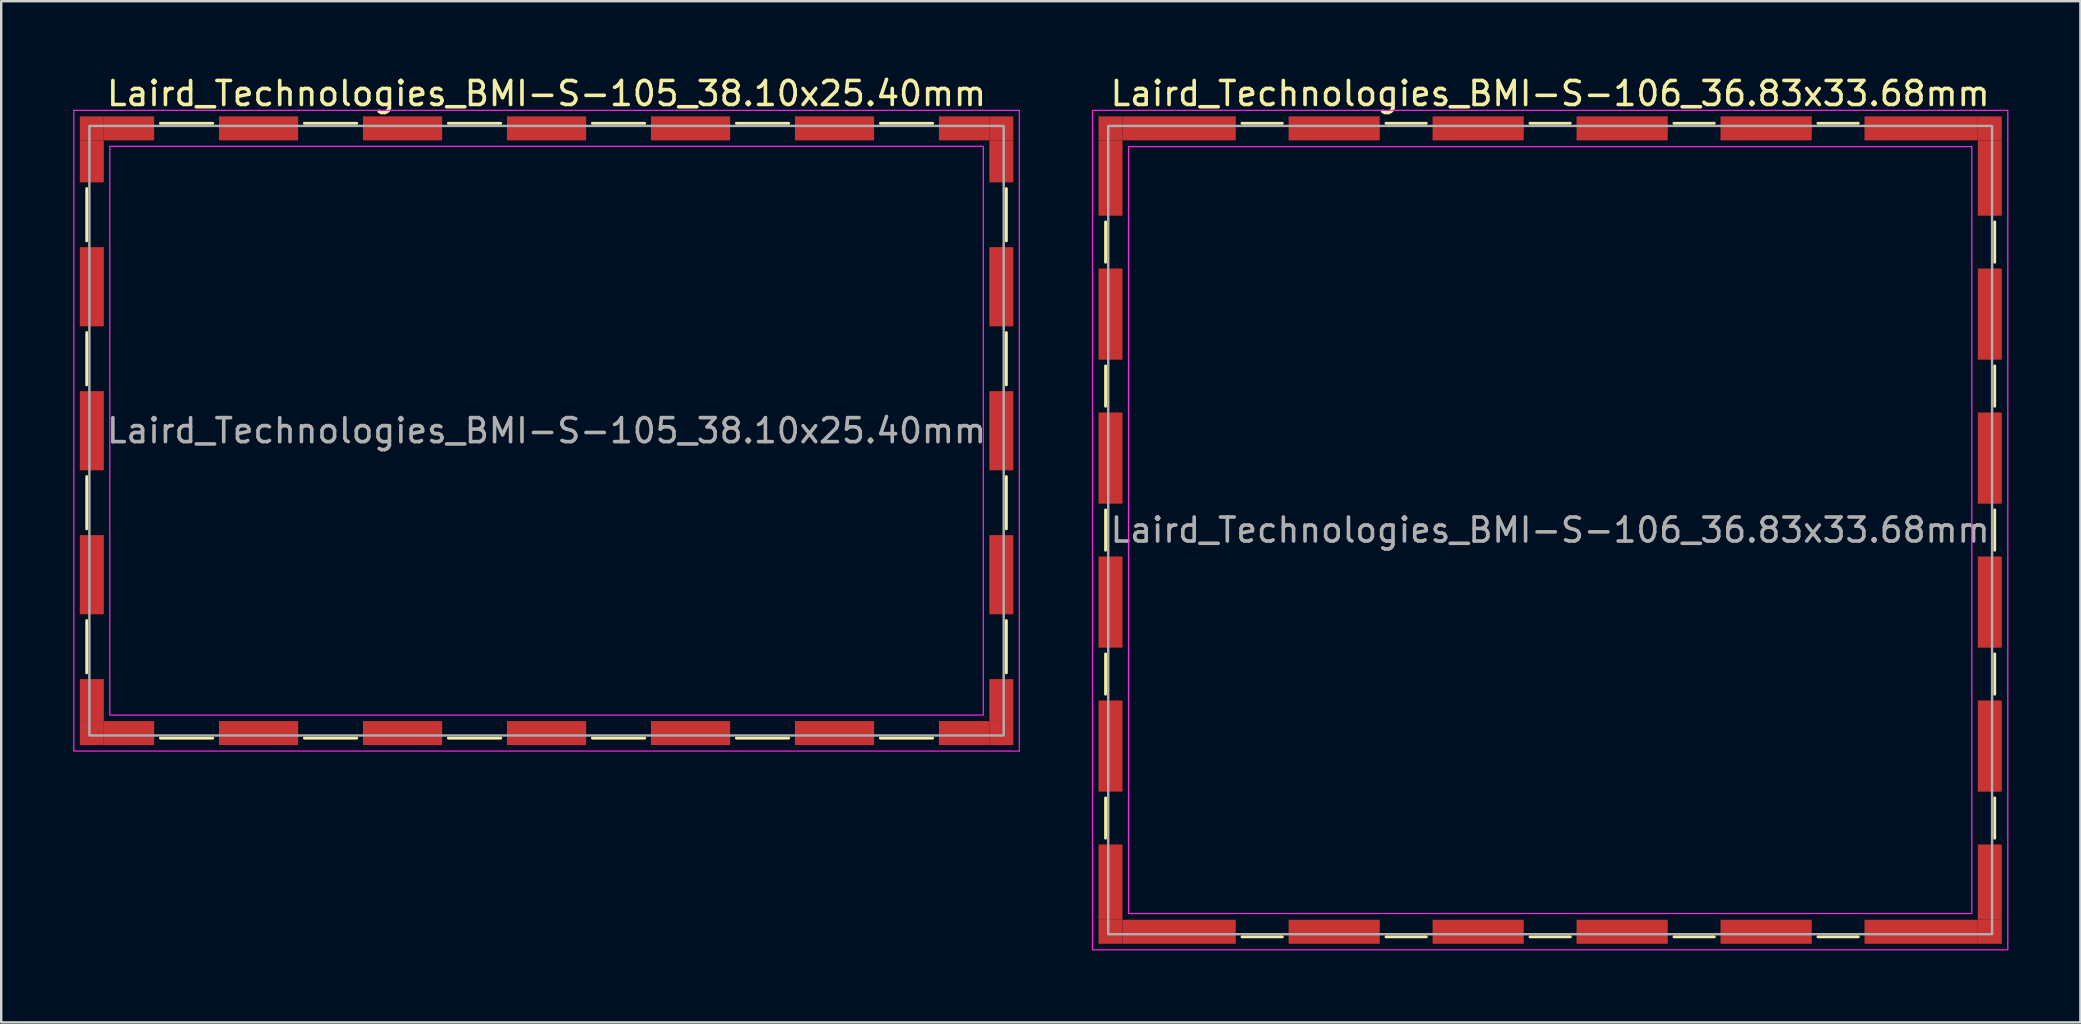
<source format=kicad_pcb>
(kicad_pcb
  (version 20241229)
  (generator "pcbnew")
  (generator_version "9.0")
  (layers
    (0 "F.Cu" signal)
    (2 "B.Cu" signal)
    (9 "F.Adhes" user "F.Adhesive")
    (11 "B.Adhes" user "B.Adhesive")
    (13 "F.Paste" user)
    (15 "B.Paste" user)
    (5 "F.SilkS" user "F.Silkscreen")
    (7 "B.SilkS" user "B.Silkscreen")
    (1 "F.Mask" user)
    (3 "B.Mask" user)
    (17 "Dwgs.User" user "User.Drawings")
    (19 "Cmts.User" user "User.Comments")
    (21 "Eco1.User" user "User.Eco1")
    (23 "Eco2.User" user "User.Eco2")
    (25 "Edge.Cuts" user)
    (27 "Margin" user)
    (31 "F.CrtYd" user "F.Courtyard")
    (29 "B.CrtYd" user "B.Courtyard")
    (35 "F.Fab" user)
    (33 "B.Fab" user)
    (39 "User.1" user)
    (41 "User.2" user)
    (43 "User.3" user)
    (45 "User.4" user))
  (footprint "Laird_Technologies_BMI-S-106_36.83x33.68mm"
    (layer "F.Cu")
    (at 61.545 19.038)
    (property "Reference" "Laird_Technologies_BMI-S-106_36.83x33.68mm" (at 0 -18.19 0) (layer "F.SilkS") (effects (font (size 1 1) (thickness 0.15))))
    (attr smd)
    (fp_line (start -18.525 -12.84) (end -18.525 -11.16) (stroke (width 0.12) (type solid)) (layer "F.SilkS"))
    (fp_line (start -18.525 -6.84) (end -18.525 -5.16) (stroke (width 0.12) (type solid)) (layer "F.SilkS"))
    (fp_line (start -18.525 -0.84) (end -18.525 0.84) (stroke (width 0.12) (type solid)) (layer "F.SilkS"))
    (fp_line (start -18.525 5.16) (end -18.525 6.84) (stroke (width 0.12) (type solid)) (layer "F.SilkS"))
    (fp_line (start -18.525 11.16) (end -18.525 12.84) (stroke (width 0.12) (type solid)) (layer "F.SilkS"))
    (fp_line (start -12.84 -16.95) (end -11.16 -16.95) (stroke (width 0.12) (type solid)) (layer "F.SilkS"))
    (fp_line (start -12.84 16.95) (end -11.16 16.95) (stroke (width 0.12) (type solid)) (layer "F.SilkS"))
    (fp_line (start -6.84 -16.95) (end -5.16 -16.95) (stroke (width 0.12) (type solid)) (layer "F.SilkS"))
    (fp_line (start -6.84 16.95) (end -5.16 16.95) (stroke (width 0.12) (type solid)) (layer "F.SilkS"))
    (fp_line (start -0.84 -16.95) (end 0.84 -16.95) (stroke (width 0.12) (type solid)) (layer "F.SilkS"))
    (fp_line (start -0.84 16.95) (end 0.84 16.95) (stroke (width 0.12) (type solid)) (layer "F.SilkS"))
    (fp_line (start 5.16 -16.95) (end 6.84 -16.95) (stroke (width 0.12) (type solid)) (layer "F.SilkS"))
    (fp_line (start 5.16 16.95) (end 6.84 16.95) (stroke (width 0.12) (type solid)) (layer "F.SilkS"))
    (fp_line (start 11.16 -16.95) (end 12.84 -16.95) (stroke (width 0.12) (type solid)) (layer "F.SilkS"))
    (fp_line (start 11.16 16.95) (end 12.84 16.95) (stroke (width 0.12) (type solid)) (layer "F.SilkS"))
    (fp_line (start 18.525 -12.84) (end 18.525 -11.16) (stroke (width 0.12) (type solid)) (layer "F.SilkS"))
    (fp_line (start 18.525 -6.84) (end 18.525 -5.16) (stroke (width 0.12) (type solid)) (layer "F.SilkS"))
    (fp_line (start 18.525 -0.84) (end 18.525 0.84) (stroke (width 0.12) (type solid)) (layer "F.SilkS"))
    (fp_line (start 18.525 5.16) (end 18.525 6.84) (stroke (width 0.12) (type solid)) (layer "F.SilkS"))
    (fp_line (start 18.525 11.16) (end 18.525 12.84) (stroke (width 0.12) (type solid)) (layer "F.SilkS"))
    (fp_rect (start -19.07 -17.49) (end 19.07 17.49) (stroke (width 0.05) (type solid)) (fill no) (layer "F.CrtYd"))
    (fp_rect (start -17.57 -15.98) (end 17.57 15.98) (stroke (width 0.05) (type solid)) (fill no) (layer "F.CrtYd"))
    (fp_rect (start -18.415 -16.84) (end 18.415 16.84) (stroke (width 0.1) (type solid)) (fill no) (layer "F.Fab"))
    (fp_text user "${REFERENCE}" (at 0 0 0) (layer "F.Fab") (effects (font (size 1 1) (thickness 0.15))))
    (pad "1" smd rect (at -18.32 -16.74) (size 1 1) (layers "F.Cu" "F.Mask" "F.Paste"))
    (pad "1" smd rect (at -18.32 -14.67) (size 1 3.14) (layers "F.Cu" "F.Mask" "F.Paste"))
    (pad "1" smd rect (at -18.32 -9) (size 1 3.8) (layers "F.Cu" "F.Mask" "F.Paste"))
    (pad "1" smd rect (at -18.32 -3) (size 1 3.8) (layers "F.Cu" "F.Mask" "F.Paste"))
    (pad "1" smd rect (at -18.32 3) (size 1 3.8) (layers "F.Cu" "F.Mask" "F.Paste"))
    (pad "1" smd rect (at -18.32 9) (size 1 3.8) (layers "F.Cu" "F.Mask" "F.Paste"))
    (pad "1" smd rect (at -18.32 14.67) (size 1 3.14) (layers "F.Cu" "F.Mask" "F.Paste"))
    (pad "1" smd rect (at -18.32 16.74) (size 1 1) (layers "F.Cu" "F.Mask" "F.Paste"))
    (pad "1" smd rect (at -15.46 -16.74) (size 4.72 1) (layers "F.Cu" "F.Mask" "F.Paste"))
    (pad "1" smd rect (at -15.46 16.74) (size 4.72 1) (layers "F.Cu" "F.Mask" "F.Paste"))
    (pad "1" smd rect (at -9 -16.74) (size 3.8 1) (layers "F.Cu" "F.Mask" "F.Paste"))
    (pad "1" smd rect (at -9 16.74) (size 3.8 1) (layers "F.Cu" "F.Mask" "F.Paste"))
    (pad "1" smd rect (at -3 -16.74) (size 3.8 1) (layers "F.Cu" "F.Mask" "F.Paste"))
    (pad "1" smd rect (at -3 16.74) (size 3.8 1) (layers "F.Cu" "F.Mask" "F.Paste"))
    (pad "1" smd rect (at 3 -16.74) (size 3.8 1) (layers "F.Cu" "F.Mask" "F.Paste"))
    (pad "1" smd rect (at 3 16.74) (size 3.8 1) (layers "F.Cu" "F.Mask" "F.Paste"))
    (pad "1" smd rect (at 9 -16.74) (size 3.8 1) (layers "F.Cu" "F.Mask" "F.Paste"))
    (pad "1" smd rect (at 9 16.74) (size 3.8 1) (layers "F.Cu" "F.Mask" "F.Paste"))
    (pad "1" smd rect (at 15.46 -16.74) (size 4.72 1) (layers "F.Cu" "F.Mask" "F.Paste"))
    (pad "1" smd rect (at 15.46 16.74) (size 4.72 1) (layers "F.Cu" "F.Mask" "F.Paste"))
    (pad "1" smd rect (at 18.32 -16.74) (size 1 1) (layers "F.Cu" "F.Mask" "F.Paste"))
    (pad "1" smd rect (at 18.32 -14.67) (size 1 3.14) (layers "F.Cu" "F.Mask" "F.Paste"))
    (pad "1" smd rect (at 18.32 -9) (size 1 3.8) (layers "F.Cu" "F.Mask" "F.Paste"))
    (pad "1" smd rect (at 18.32 -3) (size 1 3.8) (layers "F.Cu" "F.Mask" "F.Paste"))
    (pad "1" smd rect (at 18.32 3) (size 1 3.8) (layers "F.Cu" "F.Mask" "F.Paste"))
    (pad "1" smd rect (at 18.32 9) (size 1 3.8) (layers "F.Cu" "F.Mask" "F.Paste"))
    (pad "1" smd rect (at 18.32 14.67) (size 1 3.14) (layers "F.Cu" "F.Mask" "F.Paste"))
    (pad "1" smd rect (at 18.32 16.74) (size 1 1) (layers "F.Cu" "F.Mask" "F.Paste")))
  (footprint "Laird_Technologies_BMI-S-105_38.10x25.40mm"
    (layer "F.Cu")
    (at 19.725 14.898)
    (property "Reference" "Laird_Technologies_BMI-S-105_38.10x25.40mm" (at 0 -14.05 0) (layer "F.SilkS") (effects (font (size 1 1) (thickness 0.15))))
    (attr smd)
    (fp_line (start -19.16 -10.09) (end -19.16 -7.91) (stroke (width 0.12) (type solid)) (layer "F.SilkS"))
    (fp_line (start -19.16 -4.09) (end -19.16 -1.91) (stroke (width 0.12) (type solid)) (layer "F.SilkS"))
    (fp_line (start -19.16 1.91) (end -19.16 4.09) (stroke (width 0.12) (type solid)) (layer "F.SilkS"))
    (fp_line (start -19.16 7.91) (end -19.16 10.09) (stroke (width 0.12) (type solid)) (layer "F.SilkS"))
    (fp_line (start -16.09 -12.81) (end -13.91 -12.81) (stroke (width 0.12) (type solid)) (layer "F.SilkS"))
    (fp_line (start -16.09 12.81) (end -13.91 12.81) (stroke (width 0.12) (type solid)) (layer "F.SilkS"))
    (fp_line (start -10.09 -12.81) (end -7.91 -12.81) (stroke (width 0.12) (type solid)) (layer "F.SilkS"))
    (fp_line (start -10.09 12.81) (end -7.91 12.81) (stroke (width 0.12) (type solid)) (layer "F.SilkS"))
    (fp_line (start -4.09 -12.81) (end -1.91 -12.81) (stroke (width 0.12) (type solid)) (layer "F.SilkS"))
    (fp_line (start -4.09 12.81) (end -1.91 12.81) (stroke (width 0.12) (type solid)) (layer "F.SilkS"))
    (fp_line (start 1.91 -12.81) (end 4.09 -12.81) (stroke (width 0.12) (type solid)) (layer "F.SilkS"))
    (fp_line (start 1.91 12.81) (end 4.09 12.81) (stroke (width 0.12) (type solid)) (layer "F.SilkS"))
    (fp_line (start 7.91 -12.81) (end 10.09 -12.81) (stroke (width 0.12) (type solid)) (layer "F.SilkS"))
    (fp_line (start 7.91 12.81) (end 10.09 12.81) (stroke (width 0.12) (type solid)) (layer "F.SilkS"))
    (fp_line (start 13.91 -12.81) (end 16.09 -12.81) (stroke (width 0.12) (type solid)) (layer "F.SilkS"))
    (fp_line (start 13.91 12.81) (end 16.09 12.81) (stroke (width 0.12) (type solid)) (layer "F.SilkS"))
    (fp_line (start 19.16 -10.09) (end 19.16 -7.91) (stroke (width 0.12) (type solid)) (layer "F.SilkS"))
    (fp_line (start 19.16 -4.09) (end 19.16 -1.91) (stroke (width 0.12) (type solid)) (layer "F.SilkS"))
    (fp_line (start 19.16 1.91) (end 19.16 4.09) (stroke (width 0.12) (type solid)) (layer "F.SilkS"))
    (fp_line (start 19.16 7.91) (end 19.16 10.09) (stroke (width 0.12) (type solid)) (layer "F.SilkS"))
    (fp_rect (start -19.7 -13.35) (end 19.7 13.35) (stroke (width 0.05) (type solid)) (fill no) (layer "F.CrtYd"))
    (fp_rect (start -18.2 -11.85) (end 18.2 11.85) (stroke (width 0.05) (type solid)) (fill no) (layer "F.CrtYd"))
    (fp_rect (start -19.05 -12.7) (end 19.05 12.7) (stroke (width 0.1) (type solid)) (fill no) (layer "F.Fab"))
    (fp_text user "${REFERENCE}" (at 0 0 0) (layer "F.Fab") (effects (font (size 1 1) (thickness 0.15))))
    (pad "1" smd rect (at -18.95 -12.6) (size 1 1) (layers "F.Cu" "F.Mask" "F.Paste"))
    (pad "1" smd rect (at -18.95 -11.225) (size 1 1.75) (layers "F.Cu" "F.Mask" "F.Paste"))
    (pad "1" smd rect (at -18.95 -6) (size 1 3.3) (layers "F.Cu" "F.Mask" "F.Paste"))
    (pad "1" smd rect (at -18.95 0) (size 1 3.3) (layers "F.Cu" "F.Mask" "F.Paste"))
    (pad "1" smd rect (at -18.95 6) (size 1 3.3) (layers "F.Cu" "F.Mask" "F.Paste"))
    (pad "1" smd rect (at -18.95 11.225) (size 1 1.75) (layers "F.Cu" "F.Mask" "F.Paste"))
    (pad "1" smd rect (at -18.95 12.6) (size 1 1) (layers "F.Cu" "F.Mask" "F.Paste"))
    (pad "1" smd rect (at -17.4 -12.6) (size 2.1 1) (layers "F.Cu" "F.Mask" "F.Paste"))
    (pad "1" smd rect (at -17.4 12.6) (size 2.1 1) (layers "F.Cu" "F.Mask" "F.Paste"))
    (pad "1" smd rect (at -12 -12.6) (size 3.3 1) (layers "F.Cu" "F.Mask" "F.Paste"))
    (pad "1" smd rect (at -12 12.6) (size 3.3 1) (layers "F.Cu" "F.Mask" "F.Paste"))
    (pad "1" smd rect (at -6 -12.6) (size 3.3 1) (layers "F.Cu" "F.Mask" "F.Paste"))
    (pad "1" smd rect (at -6 12.6) (size 3.3 1) (layers "F.Cu" "F.Mask" "F.Paste"))
    (pad "1" smd rect (at 0 -12.6) (size 3.3 1) (layers "F.Cu" "F.Mask" "F.Paste"))
    (pad "1" smd rect (at 0 12.6) (size 3.3 1) (layers "F.Cu" "F.Mask" "F.Paste"))
    (pad "1" smd rect (at 6 -12.6) (size 3.3 1) (layers "F.Cu" "F.Mask" "F.Paste"))
    (pad "1" smd rect (at 6 12.6) (size 3.3 1) (layers "F.Cu" "F.Mask" "F.Paste"))
    (pad "1" smd rect (at 12 -12.6) (size 3.3 1) (layers "F.Cu" "F.Mask" "F.Paste"))
    (pad "1" smd rect (at 12 12.6) (size 3.3 1) (layers "F.Cu" "F.Mask" "F.Paste"))
    (pad "1" smd rect (at 17.4 -12.6) (size 2.1 1) (layers "F.Cu" "F.Mask" "F.Paste"))
    (pad "1" smd rect (at 17.4 12.6) (size 2.1 1) (layers "F.Cu" "F.Mask" "F.Paste"))
    (pad "1" smd rect (at 18.95 -12.6) (size 1 1) (layers "F.Cu" "F.Mask" "F.Paste"))
    (pad "1" smd rect (at 18.95 -11.225) (size 1 1.75) (layers "F.Cu" "F.Mask" "F.Paste"))
    (pad "1" smd rect (at 18.95 -6) (size 1 3.3) (layers "F.Cu" "F.Mask" "F.Paste"))
    (pad "1" smd rect (at 18.95 0) (size 1 3.3) (layers "F.Cu" "F.Mask" "F.Paste"))
    (pad "1" smd rect (at 18.95 6) (size 1 3.3) (layers "F.Cu" "F.Mask" "F.Paste"))
    (pad "1" smd rect (at 18.95 11.225) (size 1 1.75) (layers "F.Cu" "F.Mask" "F.Paste"))
    (pad "1" smd rect (at 18.95 12.6) (size 1 1) (layers "F.Cu" "F.Mask" "F.Paste")))
  (gr_rect
    (start -3 -3)
    (end 83.64 39.553)
    (stroke (width 0.1) (type default))
    (fill no)
    (layer "Edge.Cuts")))
</source>
